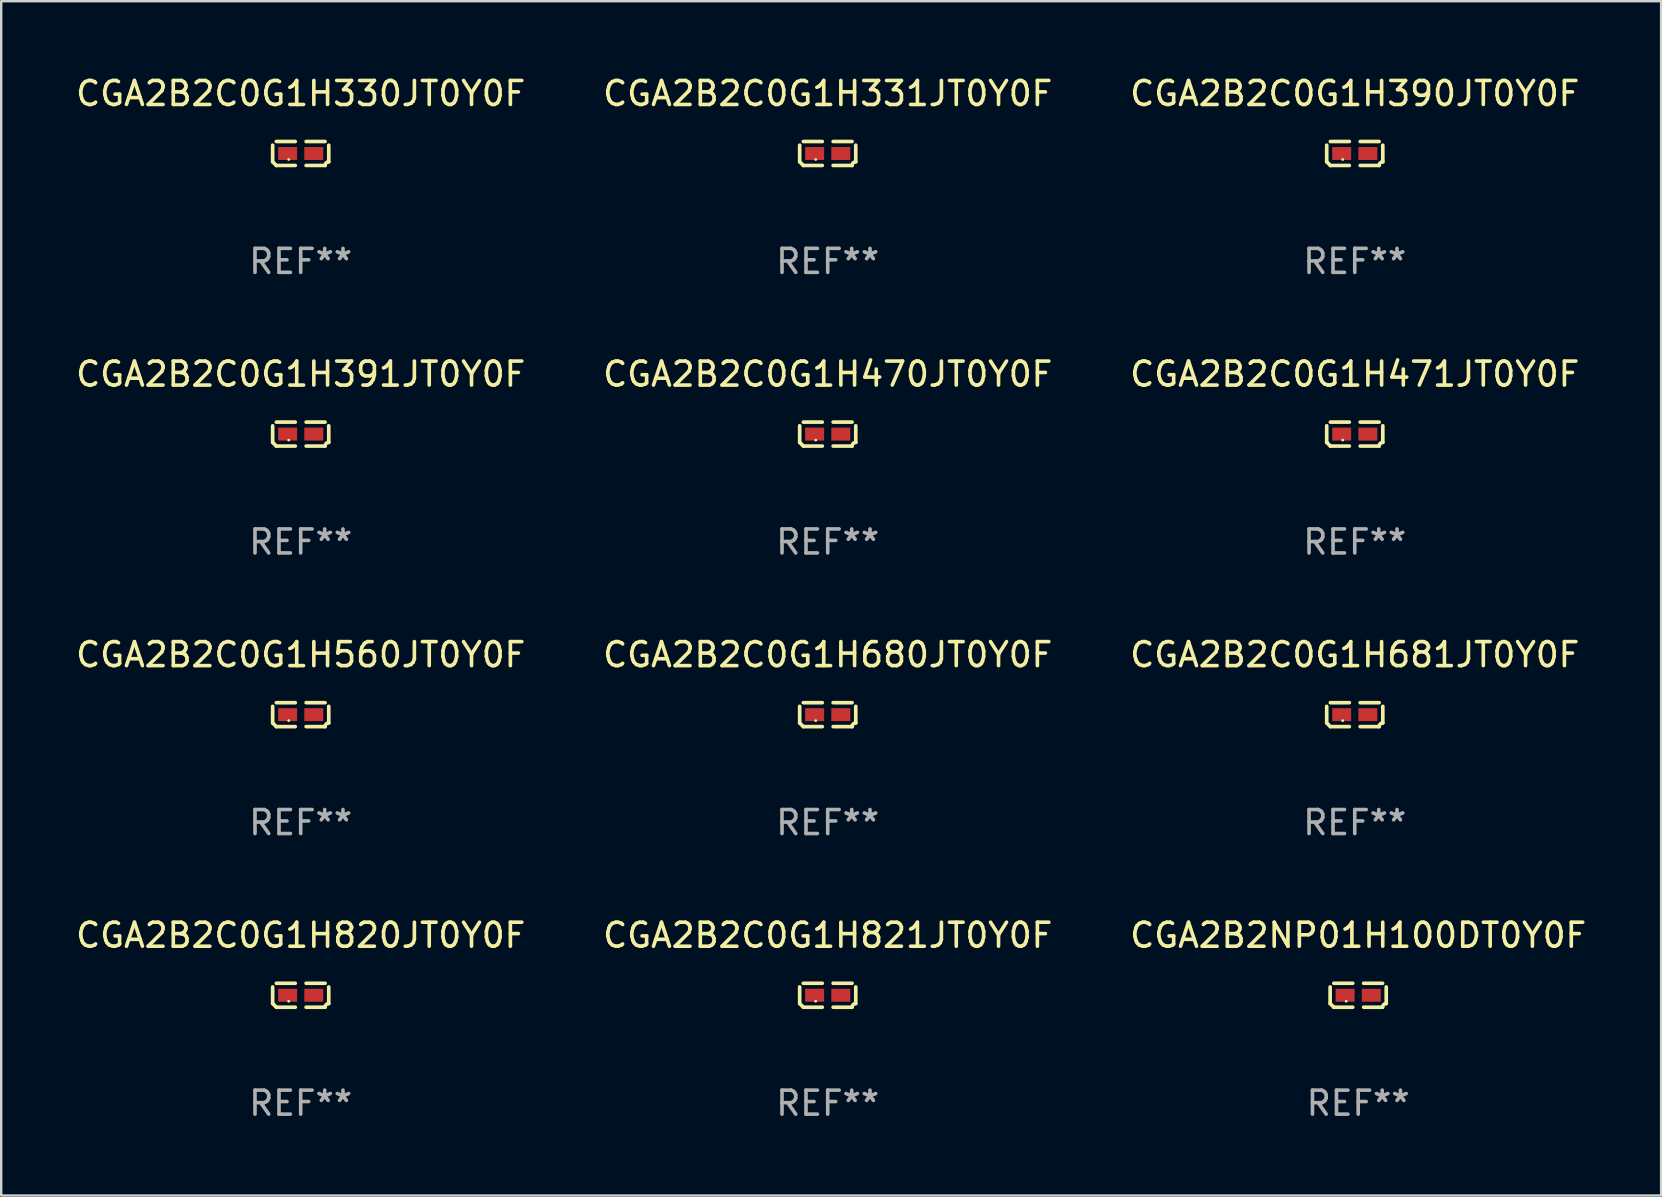
<source format=kicad_pcb>
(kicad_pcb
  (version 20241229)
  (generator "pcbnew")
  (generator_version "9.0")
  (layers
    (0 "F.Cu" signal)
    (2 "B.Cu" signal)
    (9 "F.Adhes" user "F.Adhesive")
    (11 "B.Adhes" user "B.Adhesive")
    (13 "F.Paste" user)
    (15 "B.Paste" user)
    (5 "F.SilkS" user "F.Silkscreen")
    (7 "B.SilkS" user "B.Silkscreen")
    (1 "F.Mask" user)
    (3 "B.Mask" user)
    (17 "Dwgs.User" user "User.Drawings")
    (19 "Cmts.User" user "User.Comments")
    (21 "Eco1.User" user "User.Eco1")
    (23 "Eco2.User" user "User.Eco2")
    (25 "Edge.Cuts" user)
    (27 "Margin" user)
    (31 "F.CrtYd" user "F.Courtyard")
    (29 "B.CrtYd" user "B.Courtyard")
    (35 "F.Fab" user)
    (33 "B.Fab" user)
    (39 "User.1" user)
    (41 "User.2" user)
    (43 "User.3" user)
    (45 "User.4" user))
  (footprint "CGA2B2C0G1H680JT0Y0F"
    (layer "F.Cu")
    (at 31.446 26.734)
    (property "Reference" "CGA2B2C0G1H680JT0Y0F" (at 0 -2.499 0) (layer "F.SilkS") (effects (font (size 1 1) (thickness 0.15))))
    (attr through_hole)
    (fp_line (start -1.169 0.346) (end -1.169 -0.346) (stroke (width 0.152) (type solid)) (layer "F.SilkS"))
    (fp_line (start -1.016 -0.499) (end -0.226 -0.499) (stroke (width 0.152) (type solid)) (layer "F.SilkS"))
    (fp_line (start -0.226 0.499) (end -1.016 0.499) (stroke (width 0.152) (type solid)) (layer "F.SilkS"))
    (fp_line (start 0.226 0.499) (end 1.016 0.499) (stroke (width 0.152) (type solid)) (layer "F.SilkS"))
    (fp_line (start 1.016 -0.499) (end 0.226 -0.499) (stroke (width 0.152) (type solid)) (layer "F.SilkS"))
    (fp_line (start 1.169 0.346) (end 1.169 -0.346) (stroke (width 0.152) (type solid)) (layer "F.SilkS"))
    (fp_arc (start -1.016307 0.498603) (mid -1.092512 0.422405) (end -1.16871 0.3462) (stroke (width 0.1524) (type solid)) (layer "F.SilkS"))
    (fp_arc (start 1.016307 0.498603) (mid 1.060899 0.390758) (end 1.168707 0.346076) (stroke (width 0.1524) (type solid)) (layer "F.SilkS"))
    (fp_circle (center -0.5 0.25) (end -0.47 0.25) (stroke (width 0.06) (type solid)) (fill no) (layer "F.SilkS"))
    (fp_text user "REF**" (at 0 4.499 0) (layer "F.Fab") (effects (font (size 1 1) (thickness 0.15))))
    (pad "1" smd rect (at -0.545 0) (size 0.79 0.54) (layers "F.Cu" "F.Mask" "F.Paste"))
    (pad "2" smd rect (at 0.545 0) (size 0.79 0.54) (layers "F.Cu" "F.Mask" "F.Paste")))
  (footprint "CGA2B2C0G1H560JT0Y0F"
    (layer "F.Cu")
    (at 9.482 26.734)
    (property "Reference" "CGA2B2C0G1H560JT0Y0F" (at 0 -2.499 0) (layer "F.SilkS") (effects (font (size 1 1) (thickness 0.15))))
    (attr through_hole)
    (fp_line (start -1.169 0.346) (end -1.169 -0.346) (stroke (width 0.152) (type solid)) (layer "F.SilkS"))
    (fp_line (start -1.016 -0.499) (end -0.226 -0.499) (stroke (width 0.152) (type solid)) (layer "F.SilkS"))
    (fp_line (start -0.226 0.499) (end -1.016 0.499) (stroke (width 0.152) (type solid)) (layer "F.SilkS"))
    (fp_line (start 0.226 0.499) (end 1.016 0.499) (stroke (width 0.152) (type solid)) (layer "F.SilkS"))
    (fp_line (start 1.016 -0.499) (end 0.226 -0.499) (stroke (width 0.152) (type solid)) (layer "F.SilkS"))
    (fp_line (start 1.169 0.346) (end 1.169 -0.346) (stroke (width 0.152) (type solid)) (layer "F.SilkS"))
    (fp_arc (start -1.016307 0.498603) (mid -1.092512 0.422405) (end -1.16871 0.3462) (stroke (width 0.1524) (type solid)) (layer "F.SilkS"))
    (fp_arc (start 1.016307 0.498603) (mid 1.060899 0.390758) (end 1.168707 0.346076) (stroke (width 0.1524) (type solid)) (layer "F.SilkS"))
    (fp_circle (center -0.5 0.25) (end -0.47 0.25) (stroke (width 0.06) (type solid)) (fill no) (layer "F.SilkS"))
    (fp_text user "REF**" (at 0 4.499 0) (layer "F.Fab") (effects (font (size 1 1) (thickness 0.15))))
    (pad "1" smd rect (at -0.545 0) (size 0.79 0.54) (layers "F.Cu" "F.Mask" "F.Paste"))
    (pad "2" smd rect (at 0.545 0) (size 0.79 0.54) (layers "F.Cu" "F.Mask" "F.Paste")))
  (footprint "CGA2B2C0G1H391JT0Y0F"
    (layer "F.Cu")
    (at 9.482 15.041)
    (property "Reference" "CGA2B2C0G1H391JT0Y0F" (at 0 -2.499 0) (layer "F.SilkS") (effects (font (size 1 1) (thickness 0.15))))
    (attr through_hole)
    (fp_line (start -1.169 0.346) (end -1.169 -0.346) (stroke (width 0.152) (type solid)) (layer "F.SilkS"))
    (fp_line (start -1.016 -0.499) (end -0.226 -0.499) (stroke (width 0.152) (type solid)) (layer "F.SilkS"))
    (fp_line (start -0.226 0.499) (end -1.016 0.499) (stroke (width 0.152) (type solid)) (layer "F.SilkS"))
    (fp_line (start 0.226 0.499) (end 1.016 0.499) (stroke (width 0.152) (type solid)) (layer "F.SilkS"))
    (fp_line (start 1.016 -0.499) (end 0.226 -0.499) (stroke (width 0.152) (type solid)) (layer "F.SilkS"))
    (fp_line (start 1.169 0.346) (end 1.169 -0.346) (stroke (width 0.152) (type solid)) (layer "F.SilkS"))
    (fp_arc (start -1.016307 0.498603) (mid -1.092512 0.422405) (end -1.16871 0.3462) (stroke (width 0.1524) (type solid)) (layer "F.SilkS"))
    (fp_arc (start 1.016307 0.498603) (mid 1.060899 0.390758) (end 1.168707 0.346076) (stroke (width 0.1524) (type solid)) (layer "F.SilkS"))
    (fp_circle (center -0.5 0.25) (end -0.47 0.25) (stroke (width 0.06) (type solid)) (fill no) (layer "F.SilkS"))
    (fp_text user "REF**" (at 0 4.499 0) (layer "F.Fab") (effects (font (size 1 1) (thickness 0.15))))
    (pad "1" smd rect (at -0.545 0) (size 0.79 0.54) (layers "F.Cu" "F.Mask" "F.Paste"))
    (pad "2" smd rect (at 0.545 0) (size 0.79 0.54) (layers "F.Cu" "F.Mask" "F.Paste")))
  (footprint "CGA2B2C0G1H681JT0Y0F"
    (layer "F.Cu")
    (at 53.411 26.734)
    (property "Reference" "CGA2B2C0G1H681JT0Y0F" (at 0 -2.499 0) (layer "F.SilkS") (effects (font (size 1 1) (thickness 0.15))))
    (attr through_hole)
    (fp_line (start -1.169 0.346) (end -1.169 -0.346) (stroke (width 0.152) (type solid)) (layer "F.SilkS"))
    (fp_line (start -1.016 -0.499) (end -0.226 -0.499) (stroke (width 0.152) (type solid)) (layer "F.SilkS"))
    (fp_line (start -0.226 0.499) (end -1.016 0.499) (stroke (width 0.152) (type solid)) (layer "F.SilkS"))
    (fp_line (start 0.226 0.499) (end 1.016 0.499) (stroke (width 0.152) (type solid)) (layer "F.SilkS"))
    (fp_line (start 1.016 -0.499) (end 0.226 -0.499) (stroke (width 0.152) (type solid)) (layer "F.SilkS"))
    (fp_line (start 1.169 0.346) (end 1.169 -0.346) (stroke (width 0.152) (type solid)) (layer "F.SilkS"))
    (fp_arc (start -1.016307 0.498603) (mid -1.092512 0.422405) (end -1.16871 0.3462) (stroke (width 0.1524) (type solid)) (layer "F.SilkS"))
    (fp_arc (start 1.016307 0.498603) (mid 1.060899 0.390758) (end 1.168707 0.346076) (stroke (width 0.1524) (type solid)) (layer "F.SilkS"))
    (fp_circle (center -0.5 0.25) (end -0.47 0.25) (stroke (width 0.06) (type solid)) (fill no) (layer "F.SilkS"))
    (fp_text user "REF**" (at 0 4.499 0) (layer "F.Fab") (effects (font (size 1 1) (thickness 0.15))))
    (pad "1" smd rect (at -0.545 0) (size 0.79 0.54) (layers "F.Cu" "F.Mask" "F.Paste"))
    (pad "2" smd rect (at 0.545 0) (size 0.79 0.54) (layers "F.Cu" "F.Mask" "F.Paste")))
  (footprint "CGA2B2C0G1H820JT0Y0F"
    (layer "F.Cu")
    (at 9.482 38.428)
    (property "Reference" "CGA2B2C0G1H820JT0Y0F" (at 0 -2.499 0) (layer "F.SilkS") (effects (font (size 1 1) (thickness 0.15))))
    (attr through_hole)
    (fp_line (start -1.169 0.346) (end -1.169 -0.346) (stroke (width 0.152) (type solid)) (layer "F.SilkS"))
    (fp_line (start -1.016 -0.499) (end -0.226 -0.499) (stroke (width 0.152) (type solid)) (layer "F.SilkS"))
    (fp_line (start -0.226 0.499) (end -1.016 0.499) (stroke (width 0.152) (type solid)) (layer "F.SilkS"))
    (fp_line (start 0.226 0.499) (end 1.016 0.499) (stroke (width 0.152) (type solid)) (layer "F.SilkS"))
    (fp_line (start 1.016 -0.499) (end 0.226 -0.499) (stroke (width 0.152) (type solid)) (layer "F.SilkS"))
    (fp_line (start 1.169 0.346) (end 1.169 -0.346) (stroke (width 0.152) (type solid)) (layer "F.SilkS"))
    (fp_arc (start -1.016307 0.498603) (mid -1.092512 0.422405) (end -1.16871 0.3462) (stroke (width 0.1524) (type solid)) (layer "F.SilkS"))
    (fp_arc (start 1.016307 0.498603) (mid 1.060899 0.390758) (end 1.168707 0.346076) (stroke (width 0.1524) (type solid)) (layer "F.SilkS"))
    (fp_circle (center -0.5 0.25) (end -0.47 0.25) (stroke (width 0.06) (type solid)) (fill no) (layer "F.SilkS"))
    (fp_text user "REF**" (at 0 4.499 0) (layer "F.Fab") (effects (font (size 1 1) (thickness 0.15))))
    (pad "1" smd rect (at -0.545 0) (size 0.79 0.54) (layers "F.Cu" "F.Mask" "F.Paste"))
    (pad "2" smd rect (at 0.545 0) (size 0.79 0.54) (layers "F.Cu" "F.Mask" "F.Paste")))
  (footprint "CGA2B2C0G1H331JT0Y0F"
    (layer "F.Cu")
    (at 31.446 3.347)
    (property "Reference" "CGA2B2C0G1H331JT0Y0F" (at 0 -2.499 0) (layer "F.SilkS") (effects (font (size 1 1) (thickness 0.15))))
    (attr through_hole)
    (fp_line (start -1.169 0.346) (end -1.169 -0.346) (stroke (width 0.152) (type solid)) (layer "F.SilkS"))
    (fp_line (start -1.016 -0.499) (end -0.226 -0.499) (stroke (width 0.152) (type solid)) (layer "F.SilkS"))
    (fp_line (start -0.226 0.499) (end -1.016 0.499) (stroke (width 0.152) (type solid)) (layer "F.SilkS"))
    (fp_line (start 0.226 0.499) (end 1.016 0.499) (stroke (width 0.152) (type solid)) (layer "F.SilkS"))
    (fp_line (start 1.016 -0.499) (end 0.226 -0.499) (stroke (width 0.152) (type solid)) (layer "F.SilkS"))
    (fp_line (start 1.169 0.346) (end 1.169 -0.346) (stroke (width 0.152) (type solid)) (layer "F.SilkS"))
    (fp_arc (start -1.016307 0.498603) (mid -1.092512 0.422405) (end -1.16871 0.3462) (stroke (width 0.1524) (type solid)) (layer "F.SilkS"))
    (fp_arc (start 1.016307 0.498603) (mid 1.060899 0.390758) (end 1.168707 0.346076) (stroke (width 0.1524) (type solid)) (layer "F.SilkS"))
    (fp_circle (center -0.5 0.25) (end -0.47 0.25) (stroke (width 0.06) (type solid)) (fill no) (layer "F.SilkS"))
    (fp_text user "REF**" (at 0 4.499 0) (layer "F.Fab") (effects (font (size 1 1) (thickness 0.15))))
    (pad "1" smd rect (at -0.545 0) (size 0.79 0.54) (layers "F.Cu" "F.Mask" "F.Paste"))
    (pad "2" smd rect (at 0.545 0) (size 0.79 0.54) (layers "F.Cu" "F.Mask" "F.Paste")))
  (footprint "CGA2B2NP01H100DT0Y0F"
    (layer "F.Cu")
    (at 53.554 38.428)
    (property "Reference" "CGA2B2NP01H100DT0Y0F" (at 0 -2.499 0) (layer "F.SilkS") (effects (font (size 1 1) (thickness 0.15))))
    (attr through_hole)
    (fp_line (start -1.169 0.346) (end -1.169 -0.346) (stroke (width 0.152) (type solid)) (layer "F.SilkS"))
    (fp_line (start -1.016 -0.499) (end -0.226 -0.499) (stroke (width 0.152) (type solid)) (layer "F.SilkS"))
    (fp_line (start -0.226 0.499) (end -1.016 0.499) (stroke (width 0.152) (type solid)) (layer "F.SilkS"))
    (fp_line (start 0.226 0.499) (end 1.016 0.499) (stroke (width 0.152) (type solid)) (layer "F.SilkS"))
    (fp_line (start 1.016 -0.499) (end 0.226 -0.499) (stroke (width 0.152) (type solid)) (layer "F.SilkS"))
    (fp_line (start 1.169 0.346) (end 1.169 -0.346) (stroke (width 0.152) (type solid)) (layer "F.SilkS"))
    (fp_arc (start -1.016307 0.498603) (mid -1.092512 0.422405) (end -1.16871 0.3462) (stroke (width 0.1524) (type solid)) (layer "F.SilkS"))
    (fp_arc (start 1.016307 0.498603) (mid 1.060899 0.390758) (end 1.168707 0.346076) (stroke (width 0.1524) (type solid)) (layer "F.SilkS"))
    (fp_circle (center -0.5 0.25) (end -0.47 0.25) (stroke (width 0.06) (type solid)) (fill no) (layer "F.SilkS"))
    (fp_text user "REF**" (at 0 4.499 0) (layer "F.Fab") (effects (font (size 1 1) (thickness 0.15))))
    (pad "1" smd rect (at -0.545 0) (size 0.79 0.54) (layers "F.Cu" "F.Mask" "F.Paste"))
    (pad "2" smd rect (at 0.545 0) (size 0.79 0.54) (layers "F.Cu" "F.Mask" "F.Paste")))
  (footprint "CGA2B2C0G1H330JT0Y0F"
    (layer "F.Cu")
    (at 9.482 3.347)
    (property "Reference" "CGA2B2C0G1H330JT0Y0F" (at 0 -2.499 0) (layer "F.SilkS") (effects (font (size 1 1) (thickness 0.15))))
    (attr through_hole)
    (fp_line (start -1.169 0.346) (end -1.169 -0.346) (stroke (width 0.152) (type solid)) (layer "F.SilkS"))
    (fp_line (start -1.016 -0.499) (end -0.226 -0.499) (stroke (width 0.152) (type solid)) (layer "F.SilkS"))
    (fp_line (start -0.226 0.499) (end -1.016 0.499) (stroke (width 0.152) (type solid)) (layer "F.SilkS"))
    (fp_line (start 0.226 0.499) (end 1.016 0.499) (stroke (width 0.152) (type solid)) (layer "F.SilkS"))
    (fp_line (start 1.016 -0.499) (end 0.226 -0.499) (stroke (width 0.152) (type solid)) (layer "F.SilkS"))
    (fp_line (start 1.169 0.346) (end 1.169 -0.346) (stroke (width 0.152) (type solid)) (layer "F.SilkS"))
    (fp_arc (start -1.016307 0.498603) (mid -1.092512 0.422405) (end -1.16871 0.3462) (stroke (width 0.1524) (type solid)) (layer "F.SilkS"))
    (fp_arc (start 1.016307 0.498603) (mid 1.060899 0.390758) (end 1.168707 0.346076) (stroke (width 0.1524) (type solid)) (layer "F.SilkS"))
    (fp_circle (center -0.5 0.25) (end -0.47 0.25) (stroke (width 0.06) (type solid)) (fill no) (layer "F.SilkS"))
    (fp_text user "REF**" (at 0 4.499 0) (layer "F.Fab") (effects (font (size 1 1) (thickness 0.15))))
    (pad "1" smd rect (at -0.545 0) (size 0.79 0.54) (layers "F.Cu" "F.Mask" "F.Paste"))
    (pad "2" smd rect (at 0.545 0) (size 0.79 0.54) (layers "F.Cu" "F.Mask" "F.Paste")))
  (footprint "CGA2B2C0G1H471JT0Y0F"
    (layer "F.Cu")
    (at 53.411 15.041)
    (property "Reference" "CGA2B2C0G1H471JT0Y0F" (at 0 -2.499 0) (layer "F.SilkS") (effects (font (size 1 1) (thickness 0.15))))
    (attr through_hole)
    (fp_line (start -1.169 0.346) (end -1.169 -0.346) (stroke (width 0.152) (type solid)) (layer "F.SilkS"))
    (fp_line (start -1.016 -0.499) (end -0.226 -0.499) (stroke (width 0.152) (type solid)) (layer "F.SilkS"))
    (fp_line (start -0.226 0.499) (end -1.016 0.499) (stroke (width 0.152) (type solid)) (layer "F.SilkS"))
    (fp_line (start 0.226 0.499) (end 1.016 0.499) (stroke (width 0.152) (type solid)) (layer "F.SilkS"))
    (fp_line (start 1.016 -0.499) (end 0.226 -0.499) (stroke (width 0.152) (type solid)) (layer "F.SilkS"))
    (fp_line (start 1.169 0.346) (end 1.169 -0.346) (stroke (width 0.152) (type solid)) (layer "F.SilkS"))
    (fp_arc (start -1.016307 0.498603) (mid -1.092512 0.422405) (end -1.16871 0.3462) (stroke (width 0.1524) (type solid)) (layer "F.SilkS"))
    (fp_arc (start 1.016307 0.498603) (mid 1.060899 0.390758) (end 1.168707 0.346076) (stroke (width 0.1524) (type solid)) (layer "F.SilkS"))
    (fp_circle (center -0.5 0.25) (end -0.47 0.25) (stroke (width 0.06) (type solid)) (fill no) (layer "F.SilkS"))
    (fp_text user "REF**" (at 0 4.499 0) (layer "F.Fab") (effects (font (size 1 1) (thickness 0.15))))
    (pad "1" smd rect (at -0.545 0) (size 0.79 0.54) (layers "F.Cu" "F.Mask" "F.Paste"))
    (pad "2" smd rect (at 0.545 0) (size 0.79 0.54) (layers "F.Cu" "F.Mask" "F.Paste")))
  (footprint "CGA2B2C0G1H470JT0Y0F"
    (layer "F.Cu")
    (at 31.446 15.041)
    (property "Reference" "CGA2B2C0G1H470JT0Y0F" (at 0 -2.499 0) (layer "F.SilkS") (effects (font (size 1 1) (thickness 0.15))))
    (attr through_hole)
    (fp_line (start -1.169 0.346) (end -1.169 -0.346) (stroke (width 0.152) (type solid)) (layer "F.SilkS"))
    (fp_line (start -1.016 -0.499) (end -0.226 -0.499) (stroke (width 0.152) (type solid)) (layer "F.SilkS"))
    (fp_line (start -0.226 0.499) (end -1.016 0.499) (stroke (width 0.152) (type solid)) (layer "F.SilkS"))
    (fp_line (start 0.226 0.499) (end 1.016 0.499) (stroke (width 0.152) (type solid)) (layer "F.SilkS"))
    (fp_line (start 1.016 -0.499) (end 0.226 -0.499) (stroke (width 0.152) (type solid)) (layer "F.SilkS"))
    (fp_line (start 1.169 0.346) (end 1.169 -0.346) (stroke (width 0.152) (type solid)) (layer "F.SilkS"))
    (fp_arc (start -1.016307 0.498603) (mid -1.092512 0.422405) (end -1.16871 0.3462) (stroke (width 0.1524) (type solid)) (layer "F.SilkS"))
    (fp_arc (start 1.016307 0.498603) (mid 1.060899 0.390758) (end 1.168707 0.346076) (stroke (width 0.1524) (type solid)) (layer "F.SilkS"))
    (fp_circle (center -0.5 0.25) (end -0.47 0.25) (stroke (width 0.06) (type solid)) (fill no) (layer "F.SilkS"))
    (fp_text user "REF**" (at 0 4.499 0) (layer "F.Fab") (effects (font (size 1 1) (thickness 0.15))))
    (pad "1" smd rect (at -0.545 0) (size 0.79 0.54) (layers "F.Cu" "F.Mask" "F.Paste"))
    (pad "2" smd rect (at 0.545 0) (size 0.79 0.54) (layers "F.Cu" "F.Mask" "F.Paste")))
  (footprint "CGA2B2C0G1H390JT0Y0F"
    (layer "F.Cu")
    (at 53.411 3.347)
    (property "Reference" "CGA2B2C0G1H390JT0Y0F" (at 0 -2.499 0) (layer "F.SilkS") (effects (font (size 1 1) (thickness 0.15))))
    (attr through_hole)
    (fp_line (start -1.169 0.346) (end -1.169 -0.346) (stroke (width 0.152) (type solid)) (layer "F.SilkS"))
    (fp_line (start -1.016 -0.499) (end -0.226 -0.499) (stroke (width 0.152) (type solid)) (layer "F.SilkS"))
    (fp_line (start -0.226 0.499) (end -1.016 0.499) (stroke (width 0.152) (type solid)) (layer "F.SilkS"))
    (fp_line (start 0.226 0.499) (end 1.016 0.499) (stroke (width 0.152) (type solid)) (layer "F.SilkS"))
    (fp_line (start 1.016 -0.499) (end 0.226 -0.499) (stroke (width 0.152) (type solid)) (layer "F.SilkS"))
    (fp_line (start 1.169 0.346) (end 1.169 -0.346) (stroke (width 0.152) (type solid)) (layer "F.SilkS"))
    (fp_arc (start -1.016307 0.498603) (mid -1.092512 0.422405) (end -1.16871 0.3462) (stroke (width 0.1524) (type solid)) (layer "F.SilkS"))
    (fp_arc (start 1.016307 0.498603) (mid 1.060899 0.390758) (end 1.168707 0.346076) (stroke (width 0.1524) (type solid)) (layer "F.SilkS"))
    (fp_circle (center -0.5 0.25) (end -0.47 0.25) (stroke (width 0.06) (type solid)) (fill no) (layer "F.SilkS"))
    (fp_text user "REF**" (at 0 4.499 0) (layer "F.Fab") (effects (font (size 1 1) (thickness 0.15))))
    (pad "1" smd rect (at -0.545 0) (size 0.79 0.54) (layers "F.Cu" "F.Mask" "F.Paste"))
    (pad "2" smd rect (at 0.545 0) (size 0.79 0.54) (layers "F.Cu" "F.Mask" "F.Paste")))
  (footprint "CGA2B2C0G1H821JT0Y0F"
    (layer "F.Cu")
    (at 31.446 38.428)
    (property "Reference" "CGA2B2C0G1H821JT0Y0F" (at 0 -2.499 0) (layer "F.SilkS") (effects (font (size 1 1) (thickness 0.15))))
    (attr through_hole)
    (fp_line (start -1.169 0.346) (end -1.169 -0.346) (stroke (width 0.152) (type solid)) (layer "F.SilkS"))
    (fp_line (start -1.016 -0.499) (end -0.226 -0.499) (stroke (width 0.152) (type solid)) (layer "F.SilkS"))
    (fp_line (start -0.226 0.499) (end -1.016 0.499) (stroke (width 0.152) (type solid)) (layer "F.SilkS"))
    (fp_line (start 0.226 0.499) (end 1.016 0.499) (stroke (width 0.152) (type solid)) (layer "F.SilkS"))
    (fp_line (start 1.016 -0.499) (end 0.226 -0.499) (stroke (width 0.152) (type solid)) (layer "F.SilkS"))
    (fp_line (start 1.169 0.346) (end 1.169 -0.346) (stroke (width 0.152) (type solid)) (layer "F.SilkS"))
    (fp_arc (start -1.016307 0.498603) (mid -1.092512 0.422405) (end -1.16871 0.3462) (stroke (width 0.1524) (type solid)) (layer "F.SilkS"))
    (fp_arc (start 1.016307 0.498603) (mid 1.060899 0.390758) (end 1.168707 0.346076) (stroke (width 0.1524) (type solid)) (layer "F.SilkS"))
    (fp_circle (center -0.5 0.25) (end -0.47 0.25) (stroke (width 0.06) (type solid)) (fill no) (layer "F.SilkS"))
    (fp_text user "REF**" (at 0 4.499 0) (layer "F.Fab") (effects (font (size 1 1) (thickness 0.15))))
    (pad "1" smd rect (at -0.545 0) (size 0.79 0.54) (layers "F.Cu" "F.Mask" "F.Paste"))
    (pad "2" smd rect (at 0.545 0) (size 0.79 0.54) (layers "F.Cu" "F.Mask" "F.Paste")))
  (gr_rect
    (start -3 -3)
    (end 66.179 46.775)
    (stroke (width 0.1) (type default))
    (fill no)
    (layer "Edge.Cuts")))
</source>
